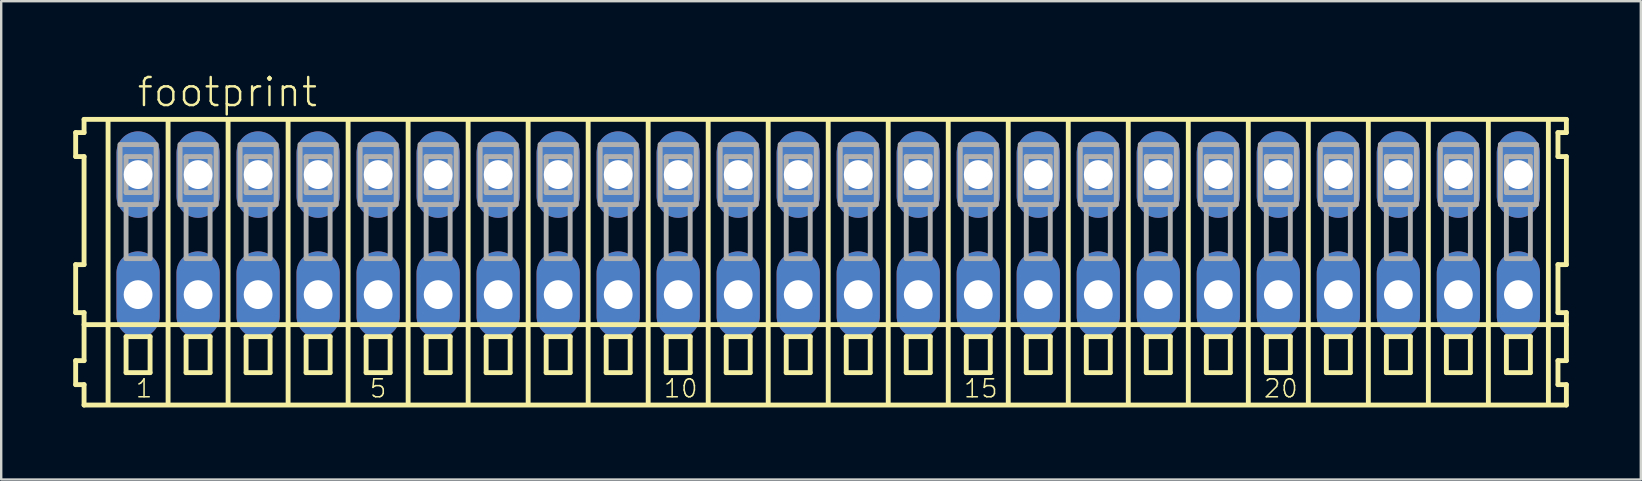
<source format=kicad_pcb>
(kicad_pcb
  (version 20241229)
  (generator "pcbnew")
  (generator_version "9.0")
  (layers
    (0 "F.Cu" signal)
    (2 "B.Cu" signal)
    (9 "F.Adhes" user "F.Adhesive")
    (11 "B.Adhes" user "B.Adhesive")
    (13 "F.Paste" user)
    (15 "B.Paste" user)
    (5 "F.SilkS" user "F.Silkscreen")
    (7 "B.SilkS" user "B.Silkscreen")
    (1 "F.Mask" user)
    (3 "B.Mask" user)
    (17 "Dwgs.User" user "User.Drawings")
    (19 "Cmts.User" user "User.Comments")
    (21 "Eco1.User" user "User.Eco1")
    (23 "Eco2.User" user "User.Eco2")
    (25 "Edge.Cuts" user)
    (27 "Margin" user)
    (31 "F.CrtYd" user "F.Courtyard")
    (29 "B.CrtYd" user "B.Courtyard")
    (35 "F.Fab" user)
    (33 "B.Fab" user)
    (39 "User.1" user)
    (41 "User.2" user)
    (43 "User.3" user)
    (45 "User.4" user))
  (footprint "footprint"
    (layer "F.Cu")
    (at 31.452 6.723)
    (property "Reference" "footprint" (at -28.85 -5.25 0) (layer "F.SilkS") (effects (font (size 1.168 1.168) (thickness 0.102)) (justify left bottom)))
    (fp_line (start -31.35 -4.25) (end -31.35 -3.25) (stroke (width 0.203) (type solid)) (layer "F.SilkS"))
    (fp_line (start -31.35 -3.25) (end -31 -3.25) (stroke (width 0.203) (type solid)) (layer "F.SilkS"))
    (fp_line (start -31.35 1.25) (end -31.35 3.25) (stroke (width 0.203) (type solid)) (layer "F.SilkS"))
    (fp_line (start -31.35 3.25) (end -31 3.25) (stroke (width 0.203) (type solid)) (layer "F.SilkS"))
    (fp_line (start -31.35 5.25) (end -31.35 6.25) (stroke (width 0.203) (type solid)) (layer "F.SilkS"))
    (fp_line (start -31.35 6.25) (end -31 6.25) (stroke (width 0.203) (type solid)) (layer "F.SilkS"))
    (fp_line (start -31 -4.8) (end -31 -4.25) (stroke (width 0.203) (type solid)) (layer "F.SilkS"))
    (fp_line (start -31 -4.25) (end -31.35 -4.25) (stroke (width 0.203) (type solid)) (layer "F.SilkS"))
    (fp_line (start -31 -3.25) (end -31 1.25) (stroke (width 0.203) (type solid)) (layer "F.SilkS"))
    (fp_line (start -31 1.25) (end -31.35 1.25) (stroke (width 0.203) (type solid)) (layer "F.SilkS"))
    (fp_line (start -31 3.25) (end -31 5.25) (stroke (width 0.203) (type solid)) (layer "F.SilkS"))
    (fp_line (start -31 3.75) (end 30.75 3.75) (stroke (width 0.203) (type solid)) (layer "F.SilkS"))
    (fp_line (start -31 5.25) (end -31.35 5.25) (stroke (width 0.203) (type solid)) (layer "F.SilkS"))
    (fp_line (start -31 6.25) (end -31 7.1) (stroke (width 0.203) (type solid)) (layer "F.SilkS"))
    (fp_line (start -31 7.1) (end 30.75 7.1) (stroke (width 0.203) (type solid)) (layer "F.SilkS"))
    (fp_line (start -30 -4.75) (end -30 7) (stroke (width 0.203) (type solid)) (layer "F.SilkS"))
    (fp_line (start -29.25 4.25) (end -29.25 5.75) (stroke (width 0.203) (type solid)) (layer "F.SilkS"))
    (fp_line (start -29.25 5.75) (end -28.25 5.75) (stroke (width 0.203) (type solid)) (layer "F.SilkS"))
    (fp_line (start -28.25 4.25) (end -29.25 4.25) (stroke (width 0.203) (type solid)) (layer "F.SilkS"))
    (fp_line (start -28.25 5.75) (end -28.25 4.25) (stroke (width 0.203) (type solid)) (layer "F.SilkS"))
    (fp_line (start -27.5 -4.75) (end -27.5 7) (stroke (width 0.203) (type solid)) (layer "F.SilkS"))
    (fp_line (start -26.75 4.25) (end -26.75 5.75) (stroke (width 0.203) (type solid)) (layer "F.SilkS"))
    (fp_line (start -26.75 5.75) (end -25.75 5.75) (stroke (width 0.203) (type solid)) (layer "F.SilkS"))
    (fp_line (start -25.75 4.25) (end -26.75 4.25) (stroke (width 0.203) (type solid)) (layer "F.SilkS"))
    (fp_line (start -25.75 5.75) (end -25.75 4.25) (stroke (width 0.203) (type solid)) (layer "F.SilkS"))
    (fp_line (start -25 -4.75) (end -25 7) (stroke (width 0.203) (type solid)) (layer "F.SilkS"))
    (fp_line (start -24.25 4.25) (end -24.25 5.75) (stroke (width 0.203) (type solid)) (layer "F.SilkS"))
    (fp_line (start -24.25 5.75) (end -23.25 5.75) (stroke (width 0.203) (type solid)) (layer "F.SilkS"))
    (fp_line (start -23.25 4.25) (end -24.25 4.25) (stroke (width 0.203) (type solid)) (layer "F.SilkS"))
    (fp_line (start -23.25 5.75) (end -23.25 4.25) (stroke (width 0.203) (type solid)) (layer "F.SilkS"))
    (fp_line (start -22.5 -4.75) (end -22.5 7) (stroke (width 0.203) (type solid)) (layer "F.SilkS"))
    (fp_line (start -21.75 4.25) (end -21.75 5.75) (stroke (width 0.203) (type solid)) (layer "F.SilkS"))
    (fp_line (start -21.75 5.75) (end -20.75 5.75) (stroke (width 0.203) (type solid)) (layer "F.SilkS"))
    (fp_line (start -20.75 4.25) (end -21.75 4.25) (stroke (width 0.203) (type solid)) (layer "F.SilkS"))
    (fp_line (start -20.75 5.75) (end -20.75 4.25) (stroke (width 0.203) (type solid)) (layer "F.SilkS"))
    (fp_line (start -20 -4.75) (end -20 7) (stroke (width 0.203) (type solid)) (layer "F.SilkS"))
    (fp_line (start -19.25 4.25) (end -19.25 5.75) (stroke (width 0.203) (type solid)) (layer "F.SilkS"))
    (fp_line (start -19.25 5.75) (end -18.25 5.75) (stroke (width 0.203) (type solid)) (layer "F.SilkS"))
    (fp_line (start -18.25 4.25) (end -19.25 4.25) (stroke (width 0.203) (type solid)) (layer "F.SilkS"))
    (fp_line (start -18.25 5.75) (end -18.25 4.25) (stroke (width 0.203) (type solid)) (layer "F.SilkS"))
    (fp_line (start -17.5 -4.75) (end -17.5 7) (stroke (width 0.203) (type solid)) (layer "F.SilkS"))
    (fp_line (start -16.75 4.25) (end -16.75 5.75) (stroke (width 0.203) (type solid)) (layer "F.SilkS"))
    (fp_line (start -16.75 5.75) (end -15.75 5.75) (stroke (width 0.203) (type solid)) (layer "F.SilkS"))
    (fp_line (start -15.75 4.25) (end -16.75 4.25) (stroke (width 0.203) (type solid)) (layer "F.SilkS"))
    (fp_line (start -15.75 5.75) (end -15.75 4.25) (stroke (width 0.203) (type solid)) (layer "F.SilkS"))
    (fp_line (start -15 -4.75) (end -15 7) (stroke (width 0.203) (type solid)) (layer "F.SilkS"))
    (fp_line (start -14.25 4.25) (end -14.25 5.75) (stroke (width 0.203) (type solid)) (layer "F.SilkS"))
    (fp_line (start -14.25 5.75) (end -13.25 5.75) (stroke (width 0.203) (type solid)) (layer "F.SilkS"))
    (fp_line (start -13.25 4.25) (end -14.25 4.25) (stroke (width 0.203) (type solid)) (layer "F.SilkS"))
    (fp_line (start -13.25 5.75) (end -13.25 4.25) (stroke (width 0.203) (type solid)) (layer "F.SilkS"))
    (fp_line (start -12.5 -4.75) (end -12.5 7) (stroke (width 0.203) (type solid)) (layer "F.SilkS"))
    (fp_line (start -11.75 4.25) (end -11.75 5.75) (stroke (width 0.203) (type solid)) (layer "F.SilkS"))
    (fp_line (start -11.75 5.75) (end -10.75 5.75) (stroke (width 0.203) (type solid)) (layer "F.SilkS"))
    (fp_line (start -10.75 4.25) (end -11.75 4.25) (stroke (width 0.203) (type solid)) (layer "F.SilkS"))
    (fp_line (start -10.75 5.75) (end -10.75 4.25) (stroke (width 0.203) (type solid)) (layer "F.SilkS"))
    (fp_line (start -10 -4.75) (end -10 7) (stroke (width 0.203) (type solid)) (layer "F.SilkS"))
    (fp_line (start -9.25 4.25) (end -9.25 5.75) (stroke (width 0.203) (type solid)) (layer "F.SilkS"))
    (fp_line (start -9.25 5.75) (end -8.25 5.75) (stroke (width 0.203) (type solid)) (layer "F.SilkS"))
    (fp_line (start -8.25 4.25) (end -9.25 4.25) (stroke (width 0.203) (type solid)) (layer "F.SilkS"))
    (fp_line (start -8.25 5.75) (end -8.25 4.25) (stroke (width 0.203) (type solid)) (layer "F.SilkS"))
    (fp_line (start -7.5 -4.75) (end -7.5 7) (stroke (width 0.203) (type solid)) (layer "F.SilkS"))
    (fp_line (start -6.75 4.25) (end -6.75 5.75) (stroke (width 0.203) (type solid)) (layer "F.SilkS"))
    (fp_line (start -6.75 5.75) (end -5.75 5.75) (stroke (width 0.203) (type solid)) (layer "F.SilkS"))
    (fp_line (start -5.75 4.25) (end -6.75 4.25) (stroke (width 0.203) (type solid)) (layer "F.SilkS"))
    (fp_line (start -5.75 5.75) (end -5.75 4.25) (stroke (width 0.203) (type solid)) (layer "F.SilkS"))
    (fp_line (start -5 -4.75) (end -5 7) (stroke (width 0.203) (type solid)) (layer "F.SilkS"))
    (fp_line (start -4.25 4.25) (end -4.25 5.75) (stroke (width 0.203) (type solid)) (layer "F.SilkS"))
    (fp_line (start -4.25 5.75) (end -3.25 5.75) (stroke (width 0.203) (type solid)) (layer "F.SilkS"))
    (fp_line (start -3.25 4.25) (end -4.25 4.25) (stroke (width 0.203) (type solid)) (layer "F.SilkS"))
    (fp_line (start -3.25 5.75) (end -3.25 4.25) (stroke (width 0.203) (type solid)) (layer "F.SilkS"))
    (fp_line (start -2.5 -4.75) (end -2.5 7) (stroke (width 0.203) (type solid)) (layer "F.SilkS"))
    (fp_line (start -1.75 4.25) (end -1.75 5.75) (stroke (width 0.203) (type solid)) (layer "F.SilkS"))
    (fp_line (start -1.75 5.75) (end -0.75 5.75) (stroke (width 0.203) (type solid)) (layer "F.SilkS"))
    (fp_line (start -0.75 4.25) (end -1.75 4.25) (stroke (width 0.203) (type solid)) (layer "F.SilkS"))
    (fp_line (start -0.75 5.75) (end -0.75 4.25) (stroke (width 0.203) (type solid)) (layer "F.SilkS"))
    (fp_line (start 0 -4.75) (end 0 7) (stroke (width 0.203) (type solid)) (layer "F.SilkS"))
    (fp_line (start 0.75 4.25) (end 0.75 5.75) (stroke (width 0.203) (type solid)) (layer "F.SilkS"))
    (fp_line (start 0.75 5.75) (end 1.75 5.75) (stroke (width 0.203) (type solid)) (layer "F.SilkS"))
    (fp_line (start 1.75 4.25) (end 0.75 4.25) (stroke (width 0.203) (type solid)) (layer "F.SilkS"))
    (fp_line (start 1.75 5.75) (end 1.75 4.25) (stroke (width 0.203) (type solid)) (layer "F.SilkS"))
    (fp_line (start 2.5 -4.75) (end 2.5 7) (stroke (width 0.203) (type solid)) (layer "F.SilkS"))
    (fp_line (start 3.25 4.25) (end 3.25 5.75) (stroke (width 0.203) (type solid)) (layer "F.SilkS"))
    (fp_line (start 3.25 5.75) (end 4.25 5.75) (stroke (width 0.203) (type solid)) (layer "F.SilkS"))
    (fp_line (start 4.25 4.25) (end 3.25 4.25) (stroke (width 0.203) (type solid)) (layer "F.SilkS"))
    (fp_line (start 4.25 5.75) (end 4.25 4.25) (stroke (width 0.203) (type solid)) (layer "F.SilkS"))
    (fp_line (start 5 -4.75) (end 5 7) (stroke (width 0.203) (type solid)) (layer "F.SilkS"))
    (fp_line (start 5.75 4.25) (end 5.75 5.75) (stroke (width 0.203) (type solid)) (layer "F.SilkS"))
    (fp_line (start 5.75 5.75) (end 6.75 5.75) (stroke (width 0.203) (type solid)) (layer "F.SilkS"))
    (fp_line (start 6.75 4.25) (end 5.75 4.25) (stroke (width 0.203) (type solid)) (layer "F.SilkS"))
    (fp_line (start 6.75 5.75) (end 6.75 4.25) (stroke (width 0.203) (type solid)) (layer "F.SilkS"))
    (fp_line (start 7.5 -4.75) (end 7.5 7) (stroke (width 0.203) (type solid)) (layer "F.SilkS"))
    (fp_line (start 8.25 4.25) (end 8.25 5.75) (stroke (width 0.203) (type solid)) (layer "F.SilkS"))
    (fp_line (start 8.25 5.75) (end 9.25 5.75) (stroke (width 0.203) (type solid)) (layer "F.SilkS"))
    (fp_line (start 9.25 4.25) (end 8.25 4.25) (stroke (width 0.203) (type solid)) (layer "F.SilkS"))
    (fp_line (start 9.25 5.75) (end 9.25 4.25) (stroke (width 0.203) (type solid)) (layer "F.SilkS"))
    (fp_line (start 10 -4.75) (end 10 7) (stroke (width 0.203) (type solid)) (layer "F.SilkS"))
    (fp_line (start 10.75 4.25) (end 10.75 5.75) (stroke (width 0.203) (type solid)) (layer "F.SilkS"))
    (fp_line (start 10.75 5.75) (end 11.75 5.75) (stroke (width 0.203) (type solid)) (layer "F.SilkS"))
    (fp_line (start 11.75 4.25) (end 10.75 4.25) (stroke (width 0.203) (type solid)) (layer "F.SilkS"))
    (fp_line (start 11.75 5.75) (end 11.75 4.25) (stroke (width 0.203) (type solid)) (layer "F.SilkS"))
    (fp_line (start 12.5 -4.75) (end 12.5 7) (stroke (width 0.203) (type solid)) (layer "F.SilkS"))
    (fp_line (start 13.25 4.25) (end 13.25 5.75) (stroke (width 0.203) (type solid)) (layer "F.SilkS"))
    (fp_line (start 13.25 5.75) (end 14.25 5.75) (stroke (width 0.203) (type solid)) (layer "F.SilkS"))
    (fp_line (start 14.25 4.25) (end 13.25 4.25) (stroke (width 0.203) (type solid)) (layer "F.SilkS"))
    (fp_line (start 14.25 5.75) (end 14.25 4.25) (stroke (width 0.203) (type solid)) (layer "F.SilkS"))
    (fp_line (start 15 -4.75) (end 15 7) (stroke (width 0.203) (type solid)) (layer "F.SilkS"))
    (fp_line (start 15.75 4.25) (end 15.75 5.75) (stroke (width 0.203) (type solid)) (layer "F.SilkS"))
    (fp_line (start 15.75 5.75) (end 16.75 5.75) (stroke (width 0.203) (type solid)) (layer "F.SilkS"))
    (fp_line (start 16.75 4.25) (end 15.75 4.25) (stroke (width 0.203) (type solid)) (layer "F.SilkS"))
    (fp_line (start 16.75 5.75) (end 16.75 4.25) (stroke (width 0.203) (type solid)) (layer "F.SilkS"))
    (fp_line (start 17.5 -4.75) (end 17.5 7) (stroke (width 0.203) (type solid)) (layer "F.SilkS"))
    (fp_line (start 18.25 4.25) (end 18.25 5.75) (stroke (width 0.203) (type solid)) (layer "F.SilkS"))
    (fp_line (start 18.25 5.75) (end 19.25 5.75) (stroke (width 0.203) (type solid)) (layer "F.SilkS"))
    (fp_line (start 19.25 4.25) (end 18.25 4.25) (stroke (width 0.203) (type solid)) (layer "F.SilkS"))
    (fp_line (start 19.25 5.75) (end 19.25 4.25) (stroke (width 0.203) (type solid)) (layer "F.SilkS"))
    (fp_line (start 20 -4.75) (end 20 7) (stroke (width 0.203) (type solid)) (layer "F.SilkS"))
    (fp_line (start 20.75 4.25) (end 20.75 5.75) (stroke (width 0.203) (type solid)) (layer "F.SilkS"))
    (fp_line (start 20.75 5.75) (end 21.75 5.75) (stroke (width 0.203) (type solid)) (layer "F.SilkS"))
    (fp_line (start 21.75 4.25) (end 20.75 4.25) (stroke (width 0.203) (type solid)) (layer "F.SilkS"))
    (fp_line (start 21.75 5.75) (end 21.75 4.25) (stroke (width 0.203) (type solid)) (layer "F.SilkS"))
    (fp_line (start 22.5 -4.75) (end 22.5 7) (stroke (width 0.203) (type solid)) (layer "F.SilkS"))
    (fp_line (start 23.25 4.25) (end 23.25 5.75) (stroke (width 0.203) (type solid)) (layer "F.SilkS"))
    (fp_line (start 23.25 5.75) (end 24.25 5.75) (stroke (width 0.203) (type solid)) (layer "F.SilkS"))
    (fp_line (start 24.25 4.25) (end 23.25 4.25) (stroke (width 0.203) (type solid)) (layer "F.SilkS"))
    (fp_line (start 24.25 5.75) (end 24.25 4.25) (stroke (width 0.203) (type solid)) (layer "F.SilkS"))
    (fp_line (start 25 -4.75) (end 25 7) (stroke (width 0.203) (type solid)) (layer "F.SilkS"))
    (fp_line (start 25.75 4.25) (end 25.75 5.75) (stroke (width 0.203) (type solid)) (layer "F.SilkS"))
    (fp_line (start 25.75 5.75) (end 26.75 5.75) (stroke (width 0.203) (type solid)) (layer "F.SilkS"))
    (fp_line (start 26.75 4.25) (end 25.75 4.25) (stroke (width 0.203) (type solid)) (layer "F.SilkS"))
    (fp_line (start 26.75 5.75) (end 26.75 4.25) (stroke (width 0.203) (type solid)) (layer "F.SilkS"))
    (fp_line (start 27.5 -4.75) (end 27.5 7) (stroke (width 0.203) (type solid)) (layer "F.SilkS"))
    (fp_line (start 28.25 4.25) (end 28.25 5.75) (stroke (width 0.203) (type solid)) (layer "F.SilkS"))
    (fp_line (start 28.25 5.75) (end 29.25 5.75) (stroke (width 0.203) (type solid)) (layer "F.SilkS"))
    (fp_line (start 29.25 4.25) (end 28.25 4.25) (stroke (width 0.203) (type solid)) (layer "F.SilkS"))
    (fp_line (start 29.25 5.75) (end 29.25 4.25) (stroke (width 0.203) (type solid)) (layer "F.SilkS"))
    (fp_line (start 30 -4.75) (end 30 7) (stroke (width 0.203) (type solid)) (layer "F.SilkS"))
    (fp_line (start 30.4 -4.25) (end 30.4 -3.25) (stroke (width 0.203) (type solid)) (layer "F.SilkS"))
    (fp_line (start 30.4 -3.25) (end 30.75 -3.25) (stroke (width 0.203) (type solid)) (layer "F.SilkS"))
    (fp_line (start 30.4 1.25) (end 30.4 3.25) (stroke (width 0.203) (type solid)) (layer "F.SilkS"))
    (fp_line (start 30.4 3.25) (end 30.75 3.25) (stroke (width 0.203) (type solid)) (layer "F.SilkS"))
    (fp_line (start 30.4 5.25) (end 30.4 6.25) (stroke (width 0.203) (type solid)) (layer "F.SilkS"))
    (fp_line (start 30.4 6.25) (end 30.75 6.25) (stroke (width 0.203) (type solid)) (layer "F.SilkS"))
    (fp_line (start 30.75 -4.8) (end -31 -4.8) (stroke (width 0.203) (type solid)) (layer "F.SilkS"))
    (fp_line (start 30.75 -4.25) (end 30.4 -4.25) (stroke (width 0.203) (type solid)) (layer "F.SilkS"))
    (fp_line (start 30.75 -4.25) (end 30.75 -4.8) (stroke (width 0.203) (type solid)) (layer "F.SilkS"))
    (fp_line (start 30.75 1.25) (end 30.4 1.25) (stroke (width 0.203) (type solid)) (layer "F.SilkS"))
    (fp_line (start 30.75 1.25) (end 30.75 -3.25) (stroke (width 0.203) (type solid)) (layer "F.SilkS"))
    (fp_line (start 30.75 3.75) (end 30.75 3.25) (stroke (width 0.203) (type solid)) (layer "F.SilkS"))
    (fp_line (start 30.75 5.25) (end 30.4 5.25) (stroke (width 0.203) (type solid)) (layer "F.SilkS"))
    (fp_line (start 30.75 5.25) (end 30.75 3.75) (stroke (width 0.203) (type solid)) (layer "F.SilkS"))
    (fp_line (start 30.75 7.1) (end 30.75 6.25) (stroke (width 0.203) (type solid)) (layer "F.SilkS"))
    (fp_line (start -29.5 -3.75) (end -29.5 -1.25) (stroke (width 0.203) (type solid)) (layer "F.Fab"))
    (fp_line (start -29.5 -1.25) (end -29.25 -1.25) (stroke (width 0.203) (type solid)) (layer "F.Fab"))
    (fp_line (start -29.25 -3.25) (end -29.25 -1.75) (stroke (width 0.203) (type solid)) (layer "F.Fab"))
    (fp_line (start -29.25 -1.75) (end -28.25 -1.75) (stroke (width 0.203) (type solid)) (layer "F.Fab"))
    (fp_line (start -29.25 -1.25) (end -29.25 1) (stroke (width 0.203) (type solid)) (layer "F.Fab"))
    (fp_line (start -29.25 -1.25) (end -28.25 -1.25) (stroke (width 0.203) (type solid)) (layer "F.Fab"))
    (fp_line (start -29.25 1) (end -28.25 1) (stroke (width 0.203) (type solid)) (layer "F.Fab"))
    (fp_line (start -28.25 -3.25) (end -29.25 -3.25) (stroke (width 0.203) (type solid)) (layer "F.Fab"))
    (fp_line (start -28.25 -1.75) (end -28.25 -3.25) (stroke (width 0.203) (type solid)) (layer "F.Fab"))
    (fp_line (start -28.25 -1.25) (end -28 -1.25) (stroke (width 0.203) (type solid)) (layer "F.Fab"))
    (fp_line (start -28.25 1) (end -28.25 -1.25) (stroke (width 0.203) (type solid)) (layer "F.Fab"))
    (fp_line (start -28 -3.75) (end -29.5 -3.75) (stroke (width 0.203) (type solid)) (layer "F.Fab"))
    (fp_line (start -28 -1.25) (end -28 -3.75) (stroke (width 0.203) (type solid)) (layer "F.Fab"))
    (fp_line (start -27 -3.75) (end -27 -1.25) (stroke (width 0.203) (type solid)) (layer "F.Fab"))
    (fp_line (start -27 -1.25) (end -26.75 -1.25) (stroke (width 0.203) (type solid)) (layer "F.Fab"))
    (fp_line (start -26.75 -3.25) (end -26.75 -1.75) (stroke (width 0.203) (type solid)) (layer "F.Fab"))
    (fp_line (start -26.75 -1.75) (end -25.75 -1.75) (stroke (width 0.203) (type solid)) (layer "F.Fab"))
    (fp_line (start -26.75 -1.25) (end -26.75 1) (stroke (width 0.203) (type solid)) (layer "F.Fab"))
    (fp_line (start -26.75 -1.25) (end -25.75 -1.25) (stroke (width 0.203) (type solid)) (layer "F.Fab"))
    (fp_line (start -26.75 1) (end -25.75 1) (stroke (width 0.203) (type solid)) (layer "F.Fab"))
    (fp_line (start -25.75 -3.25) (end -26.75 -3.25) (stroke (width 0.203) (type solid)) (layer "F.Fab"))
    (fp_line (start -25.75 -1.75) (end -25.75 -3.25) (stroke (width 0.203) (type solid)) (layer "F.Fab"))
    (fp_line (start -25.75 -1.25) (end -25.5 -1.25) (stroke (width 0.203) (type solid)) (layer "F.Fab"))
    (fp_line (start -25.75 1) (end -25.75 -1.25) (stroke (width 0.203) (type solid)) (layer "F.Fab"))
    (fp_line (start -25.5 -3.75) (end -27 -3.75) (stroke (width 0.203) (type solid)) (layer "F.Fab"))
    (fp_line (start -25.5 -1.25) (end -25.5 -3.75) (stroke (width 0.203) (type solid)) (layer "F.Fab"))
    (fp_line (start -24.5 -3.75) (end -24.5 -1.25) (stroke (width 0.203) (type solid)) (layer "F.Fab"))
    (fp_line (start -24.5 -1.25) (end -24.25 -1.25) (stroke (width 0.203) (type solid)) (layer "F.Fab"))
    (fp_line (start -24.25 -3.25) (end -24.25 -1.75) (stroke (width 0.203) (type solid)) (layer "F.Fab"))
    (fp_line (start -24.25 -1.75) (end -23.25 -1.75) (stroke (width 0.203) (type solid)) (layer "F.Fab"))
    (fp_line (start -24.25 -1.25) (end -24.25 1) (stroke (width 0.203) (type solid)) (layer "F.Fab"))
    (fp_line (start -24.25 -1.25) (end -23.25 -1.25) (stroke (width 0.203) (type solid)) (layer "F.Fab"))
    (fp_line (start -24.25 1) (end -23.25 1) (stroke (width 0.203) (type solid)) (layer "F.Fab"))
    (fp_line (start -23.25 -3.25) (end -24.25 -3.25) (stroke (width 0.203) (type solid)) (layer "F.Fab"))
    (fp_line (start -23.25 -1.75) (end -23.25 -3.25) (stroke (width 0.203) (type solid)) (layer "F.Fab"))
    (fp_line (start -23.25 -1.25) (end -23 -1.25) (stroke (width 0.203) (type solid)) (layer "F.Fab"))
    (fp_line (start -23.25 1) (end -23.25 -1.25) (stroke (width 0.203) (type solid)) (layer "F.Fab"))
    (fp_line (start -23 -3.75) (end -24.5 -3.75) (stroke (width 0.203) (type solid)) (layer "F.Fab"))
    (fp_line (start -23 -1.25) (end -23 -3.75) (stroke (width 0.203) (type solid)) (layer "F.Fab"))
    (fp_line (start -22 -3.75) (end -22 -1.25) (stroke (width 0.203) (type solid)) (layer "F.Fab"))
    (fp_line (start -22 -1.25) (end -21.75 -1.25) (stroke (width 0.203) (type solid)) (layer "F.Fab"))
    (fp_line (start -21.75 -3.25) (end -21.75 -1.75) (stroke (width 0.203) (type solid)) (layer "F.Fab"))
    (fp_line (start -21.75 -1.75) (end -20.75 -1.75) (stroke (width 0.203) (type solid)) (layer "F.Fab"))
    (fp_line (start -21.75 -1.25) (end -21.75 1) (stroke (width 0.203) (type solid)) (layer "F.Fab"))
    (fp_line (start -21.75 -1.25) (end -20.75 -1.25) (stroke (width 0.203) (type solid)) (layer "F.Fab"))
    (fp_line (start -21.75 1) (end -20.75 1) (stroke (width 0.203) (type solid)) (layer "F.Fab"))
    (fp_line (start -20.75 -3.25) (end -21.75 -3.25) (stroke (width 0.203) (type solid)) (layer "F.Fab"))
    (fp_line (start -20.75 -1.75) (end -20.75 -3.25) (stroke (width 0.203) (type solid)) (layer "F.Fab"))
    (fp_line (start -20.75 -1.25) (end -20.5 -1.25) (stroke (width 0.203) (type solid)) (layer "F.Fab"))
    (fp_line (start -20.75 1) (end -20.75 -1.25) (stroke (width 0.203) (type solid)) (layer "F.Fab"))
    (fp_line (start -20.5 -3.75) (end -22 -3.75) (stroke (width 0.203) (type solid)) (layer "F.Fab"))
    (fp_line (start -20.5 -1.25) (end -20.5 -3.75) (stroke (width 0.203) (type solid)) (layer "F.Fab"))
    (fp_line (start -19.5 -3.75) (end -19.5 -1.25) (stroke (width 0.203) (type solid)) (layer "F.Fab"))
    (fp_line (start -19.5 -1.25) (end -19.25 -1.25) (stroke (width 0.203) (type solid)) (layer "F.Fab"))
    (fp_line (start -19.25 -3.25) (end -19.25 -1.75) (stroke (width 0.203) (type solid)) (layer "F.Fab"))
    (fp_line (start -19.25 -1.75) (end -18.25 -1.75) (stroke (width 0.203) (type solid)) (layer "F.Fab"))
    (fp_line (start -19.25 -1.25) (end -19.25 1) (stroke (width 0.203) (type solid)) (layer "F.Fab"))
    (fp_line (start -19.25 -1.25) (end -18.25 -1.25) (stroke (width 0.203) (type solid)) (layer "F.Fab"))
    (fp_line (start -19.25 1) (end -18.25 1) (stroke (width 0.203) (type solid)) (layer "F.Fab"))
    (fp_line (start -18.25 -3.25) (end -19.25 -3.25) (stroke (width 0.203) (type solid)) (layer "F.Fab"))
    (fp_line (start -18.25 -1.75) (end -18.25 -3.25) (stroke (width 0.203) (type solid)) (layer "F.Fab"))
    (fp_line (start -18.25 -1.25) (end -18 -1.25) (stroke (width 0.203) (type solid)) (layer "F.Fab"))
    (fp_line (start -18.25 1) (end -18.25 -1.25) (stroke (width 0.203) (type solid)) (layer "F.Fab"))
    (fp_line (start -18 -3.75) (end -19.5 -3.75) (stroke (width 0.203) (type solid)) (layer "F.Fab"))
    (fp_line (start -18 -1.25) (end -18 -3.75) (stroke (width 0.203) (type solid)) (layer "F.Fab"))
    (fp_line (start -17 -3.75) (end -17 -1.25) (stroke (width 0.203) (type solid)) (layer "F.Fab"))
    (fp_line (start -17 -1.25) (end -16.75 -1.25) (stroke (width 0.203) (type solid)) (layer "F.Fab"))
    (fp_line (start -16.75 -3.25) (end -16.75 -1.75) (stroke (width 0.203) (type solid)) (layer "F.Fab"))
    (fp_line (start -16.75 -1.75) (end -15.75 -1.75) (stroke (width 0.203) (type solid)) (layer "F.Fab"))
    (fp_line (start -16.75 -1.25) (end -16.75 1) (stroke (width 0.203) (type solid)) (layer "F.Fab"))
    (fp_line (start -16.75 -1.25) (end -15.75 -1.25) (stroke (width 0.203) (type solid)) (layer "F.Fab"))
    (fp_line (start -16.75 1) (end -15.75 1) (stroke (width 0.203) (type solid)) (layer "F.Fab"))
    (fp_line (start -15.75 -3.25) (end -16.75 -3.25) (stroke (width 0.203) (type solid)) (layer "F.Fab"))
    (fp_line (start -15.75 -1.75) (end -15.75 -3.25) (stroke (width 0.203) (type solid)) (layer "F.Fab"))
    (fp_line (start -15.75 -1.25) (end -15.5 -1.25) (stroke (width 0.203) (type solid)) (layer "F.Fab"))
    (fp_line (start -15.75 1) (end -15.75 -1.25) (stroke (width 0.203) (type solid)) (layer "F.Fab"))
    (fp_line (start -15.5 -3.75) (end -17 -3.75) (stroke (width 0.203) (type solid)) (layer "F.Fab"))
    (fp_line (start -15.5 -1.25) (end -15.5 -3.75) (stroke (width 0.203) (type solid)) (layer "F.Fab"))
    (fp_line (start -14.5 -3.75) (end -14.5 -1.25) (stroke (width 0.203) (type solid)) (layer "F.Fab"))
    (fp_line (start -14.5 -1.25) (end -14.25 -1.25) (stroke (width 0.203) (type solid)) (layer "F.Fab"))
    (fp_line (start -14.25 -3.25) (end -14.25 -1.75) (stroke (width 0.203) (type solid)) (layer "F.Fab"))
    (fp_line (start -14.25 -1.75) (end -13.25 -1.75) (stroke (width 0.203) (type solid)) (layer "F.Fab"))
    (fp_line (start -14.25 -1.25) (end -14.25 1) (stroke (width 0.203) (type solid)) (layer "F.Fab"))
    (fp_line (start -14.25 -1.25) (end -13.25 -1.25) (stroke (width 0.203) (type solid)) (layer "F.Fab"))
    (fp_line (start -14.25 1) (end -13.25 1) (stroke (width 0.203) (type solid)) (layer "F.Fab"))
    (fp_line (start -13.25 -3.25) (end -14.25 -3.25) (stroke (width 0.203) (type solid)) (layer "F.Fab"))
    (fp_line (start -13.25 -1.75) (end -13.25 -3.25) (stroke (width 0.203) (type solid)) (layer "F.Fab"))
    (fp_line (start -13.25 -1.25) (end -13 -1.25) (stroke (width 0.203) (type solid)) (layer "F.Fab"))
    (fp_line (start -13.25 1) (end -13.25 -1.25) (stroke (width 0.203) (type solid)) (layer "F.Fab"))
    (fp_line (start -13 -3.75) (end -14.5 -3.75) (stroke (width 0.203) (type solid)) (layer "F.Fab"))
    (fp_line (start -13 -1.25) (end -13 -3.75) (stroke (width 0.203) (type solid)) (layer "F.Fab"))
    (fp_line (start -12 -3.75) (end -12 -1.25) (stroke (width 0.203) (type solid)) (layer "F.Fab"))
    (fp_line (start -12 -1.25) (end -11.75 -1.25) (stroke (width 0.203) (type solid)) (layer "F.Fab"))
    (fp_line (start -11.75 -3.25) (end -11.75 -1.75) (stroke (width 0.203) (type solid)) (layer "F.Fab"))
    (fp_line (start -11.75 -1.75) (end -10.75 -1.75) (stroke (width 0.203) (type solid)) (layer "F.Fab"))
    (fp_line (start -11.75 -1.25) (end -11.75 1) (stroke (width 0.203) (type solid)) (layer "F.Fab"))
    (fp_line (start -11.75 -1.25) (end -10.75 -1.25) (stroke (width 0.203) (type solid)) (layer "F.Fab"))
    (fp_line (start -11.75 1) (end -10.75 1) (stroke (width 0.203) (type solid)) (layer "F.Fab"))
    (fp_line (start -10.75 -3.25) (end -11.75 -3.25) (stroke (width 0.203) (type solid)) (layer "F.Fab"))
    (fp_line (start -10.75 -1.75) (end -10.75 -3.25) (stroke (width 0.203) (type solid)) (layer "F.Fab"))
    (fp_line (start -10.75 -1.25) (end -10.5 -1.25) (stroke (width 0.203) (type solid)) (layer "F.Fab"))
    (fp_line (start -10.75 1) (end -10.75 -1.25) (stroke (width 0.203) (type solid)) (layer "F.Fab"))
    (fp_line (start -10.5 -3.75) (end -12 -3.75) (stroke (width 0.203) (type solid)) (layer "F.Fab"))
    (fp_line (start -10.5 -1.25) (end -10.5 -3.75) (stroke (width 0.203) (type solid)) (layer "F.Fab"))
    (fp_line (start -9.5 -3.75) (end -9.5 -1.25) (stroke (width 0.203) (type solid)) (layer "F.Fab"))
    (fp_line (start -9.5 -1.25) (end -9.25 -1.25) (stroke (width 0.203) (type solid)) (layer "F.Fab"))
    (fp_line (start -9.25 -3.25) (end -9.25 -1.75) (stroke (width 0.203) (type solid)) (layer "F.Fab"))
    (fp_line (start -9.25 -1.75) (end -8.25 -1.75) (stroke (width 0.203) (type solid)) (layer "F.Fab"))
    (fp_line (start -9.25 -1.25) (end -9.25 1) (stroke (width 0.203) (type solid)) (layer "F.Fab"))
    (fp_line (start -9.25 -1.25) (end -8.25 -1.25) (stroke (width 0.203) (type solid)) (layer "F.Fab"))
    (fp_line (start -9.25 1) (end -8.25 1) (stroke (width 0.203) (type solid)) (layer "F.Fab"))
    (fp_line (start -8.25 -3.25) (end -9.25 -3.25) (stroke (width 0.203) (type solid)) (layer "F.Fab"))
    (fp_line (start -8.25 -1.75) (end -8.25 -3.25) (stroke (width 0.203) (type solid)) (layer "F.Fab"))
    (fp_line (start -8.25 -1.25) (end -8 -1.25) (stroke (width 0.203) (type solid)) (layer "F.Fab"))
    (fp_line (start -8.25 1) (end -8.25 -1.25) (stroke (width 0.203) (type solid)) (layer "F.Fab"))
    (fp_line (start -8 -3.75) (end -9.5 -3.75) (stroke (width 0.203) (type solid)) (layer "F.Fab"))
    (fp_line (start -8 -1.25) (end -8 -3.75) (stroke (width 0.203) (type solid)) (layer "F.Fab"))
    (fp_line (start -7 -3.75) (end -7 -1.25) (stroke (width 0.203) (type solid)) (layer "F.Fab"))
    (fp_line (start -7 -1.25) (end -6.75 -1.25) (stroke (width 0.203) (type solid)) (layer "F.Fab"))
    (fp_line (start -6.75 -3.25) (end -6.75 -1.75) (stroke (width 0.203) (type solid)) (layer "F.Fab"))
    (fp_line (start -6.75 -1.75) (end -5.75 -1.75) (stroke (width 0.203) (type solid)) (layer "F.Fab"))
    (fp_line (start -6.75 -1.25) (end -6.75 1) (stroke (width 0.203) (type solid)) (layer "F.Fab"))
    (fp_line (start -6.75 -1.25) (end -5.75 -1.25) (stroke (width 0.203) (type solid)) (layer "F.Fab"))
    (fp_line (start -6.75 1) (end -5.75 1) (stroke (width 0.203) (type solid)) (layer "F.Fab"))
    (fp_line (start -5.75 -3.25) (end -6.75 -3.25) (stroke (width 0.203) (type solid)) (layer "F.Fab"))
    (fp_line (start -5.75 -1.75) (end -5.75 -3.25) (stroke (width 0.203) (type solid)) (layer "F.Fab"))
    (fp_line (start -5.75 -1.25) (end -5.5 -1.25) (stroke (width 0.203) (type solid)) (layer "F.Fab"))
    (fp_line (start -5.75 1) (end -5.75 -1.25) (stroke (width 0.203) (type solid)) (layer "F.Fab"))
    (fp_line (start -5.5 -3.75) (end -7 -3.75) (stroke (width 0.203) (type solid)) (layer "F.Fab"))
    (fp_line (start -5.5 -1.25) (end -5.5 -3.75) (stroke (width 0.203) (type solid)) (layer "F.Fab"))
    (fp_line (start -4.5 -3.75) (end -4.5 -1.25) (stroke (width 0.203) (type solid)) (layer "F.Fab"))
    (fp_line (start -4.5 -1.25) (end -4.25 -1.25) (stroke (width 0.203) (type solid)) (layer "F.Fab"))
    (fp_line (start -4.25 -3.25) (end -4.25 -1.75) (stroke (width 0.203) (type solid)) (layer "F.Fab"))
    (fp_line (start -4.25 -1.75) (end -3.25 -1.75) (stroke (width 0.203) (type solid)) (layer "F.Fab"))
    (fp_line (start -4.25 -1.25) (end -4.25 1) (stroke (width 0.203) (type solid)) (layer "F.Fab"))
    (fp_line (start -4.25 -1.25) (end -3.25 -1.25) (stroke (width 0.203) (type solid)) (layer "F.Fab"))
    (fp_line (start -4.25 1) (end -3.25 1) (stroke (width 0.203) (type solid)) (layer "F.Fab"))
    (fp_line (start -3.25 -3.25) (end -4.25 -3.25) (stroke (width 0.203) (type solid)) (layer "F.Fab"))
    (fp_line (start -3.25 -1.75) (end -3.25 -3.25) (stroke (width 0.203) (type solid)) (layer "F.Fab"))
    (fp_line (start -3.25 -1.25) (end -3 -1.25) (stroke (width 0.203) (type solid)) (layer "F.Fab"))
    (fp_line (start -3.25 1) (end -3.25 -1.25) (stroke (width 0.203) (type solid)) (layer "F.Fab"))
    (fp_line (start -3 -3.75) (end -4.5 -3.75) (stroke (width 0.203) (type solid)) (layer "F.Fab"))
    (fp_line (start -3 -1.25) (end -3 -3.75) (stroke (width 0.203) (type solid)) (layer "F.Fab"))
    (fp_line (start -2 -3.75) (end -2 -1.25) (stroke (width 0.203) (type solid)) (layer "F.Fab"))
    (fp_line (start -2 -1.25) (end -1.75 -1.25) (stroke (width 0.203) (type solid)) (layer "F.Fab"))
    (fp_line (start -1.75 -3.25) (end -1.75 -1.75) (stroke (width 0.203) (type solid)) (layer "F.Fab"))
    (fp_line (start -1.75 -1.75) (end -0.75 -1.75) (stroke (width 0.203) (type solid)) (layer "F.Fab"))
    (fp_line (start -1.75 -1.25) (end -1.75 1) (stroke (width 0.203) (type solid)) (layer "F.Fab"))
    (fp_line (start -1.75 -1.25) (end -0.75 -1.25) (stroke (width 0.203) (type solid)) (layer "F.Fab"))
    (fp_line (start -1.75 1) (end -0.75 1) (stroke (width 0.203) (type solid)) (layer "F.Fab"))
    (fp_line (start -0.75 -3.25) (end -1.75 -3.25) (stroke (width 0.203) (type solid)) (layer "F.Fab"))
    (fp_line (start -0.75 -1.75) (end -0.75 -3.25) (stroke (width 0.203) (type solid)) (layer "F.Fab"))
    (fp_line (start -0.75 -1.25) (end -0.5 -1.25) (stroke (width 0.203) (type solid)) (layer "F.Fab"))
    (fp_line (start -0.75 1) (end -0.75 -1.25) (stroke (width 0.203) (type solid)) (layer "F.Fab"))
    (fp_line (start -0.5 -3.75) (end -2 -3.75) (stroke (width 0.203) (type solid)) (layer "F.Fab"))
    (fp_line (start -0.5 -1.25) (end -0.5 -3.75) (stroke (width 0.203) (type solid)) (layer "F.Fab"))
    (fp_line (start 0.5 -3.75) (end 0.5 -1.25) (stroke (width 0.203) (type solid)) (layer "F.Fab"))
    (fp_line (start 0.5 -1.25) (end 0.75 -1.25) (stroke (width 0.203) (type solid)) (layer "F.Fab"))
    (fp_line (start 0.75 -3.25) (end 0.75 -1.75) (stroke (width 0.203) (type solid)) (layer "F.Fab"))
    (fp_line (start 0.75 -1.75) (end 1.75 -1.75) (stroke (width 0.203) (type solid)) (layer "F.Fab"))
    (fp_line (start 0.75 -1.25) (end 0.75 1) (stroke (width 0.203) (type solid)) (layer "F.Fab"))
    (fp_line (start 0.75 -1.25) (end 1.75 -1.25) (stroke (width 0.203) (type solid)) (layer "F.Fab"))
    (fp_line (start 0.75 1) (end 1.75 1) (stroke (width 0.203) (type solid)) (layer "F.Fab"))
    (fp_line (start 1.75 -3.25) (end 0.75 -3.25) (stroke (width 0.203) (type solid)) (layer "F.Fab"))
    (fp_line (start 1.75 -1.75) (end 1.75 -3.25) (stroke (width 0.203) (type solid)) (layer "F.Fab"))
    (fp_line (start 1.75 -1.25) (end 2 -1.25) (stroke (width 0.203) (type solid)) (layer "F.Fab"))
    (fp_line (start 1.75 1) (end 1.75 -1.25) (stroke (width 0.203) (type solid)) (layer "F.Fab"))
    (fp_line (start 2 -3.75) (end 0.5 -3.75) (stroke (width 0.203) (type solid)) (layer "F.Fab"))
    (fp_line (start 2 -1.25) (end 2 -3.75) (stroke (width 0.203) (type solid)) (layer "F.Fab"))
    (fp_line (start 3 -3.75) (end 3 -1.25) (stroke (width 0.203) (type solid)) (layer "F.Fab"))
    (fp_line (start 3 -1.25) (end 3.25 -1.25) (stroke (width 0.203) (type solid)) (layer "F.Fab"))
    (fp_line (start 3.25 -3.25) (end 3.25 -1.75) (stroke (width 0.203) (type solid)) (layer "F.Fab"))
    (fp_line (start 3.25 -1.75) (end 4.25 -1.75) (stroke (width 0.203) (type solid)) (layer "F.Fab"))
    (fp_line (start 3.25 -1.25) (end 3.25 1) (stroke (width 0.203) (type solid)) (layer "F.Fab"))
    (fp_line (start 3.25 -1.25) (end 4.25 -1.25) (stroke (width 0.203) (type solid)) (layer "F.Fab"))
    (fp_line (start 3.25 1) (end 4.25 1) (stroke (width 0.203) (type solid)) (layer "F.Fab"))
    (fp_line (start 4.25 -3.25) (end 3.25 -3.25) (stroke (width 0.203) (type solid)) (layer "F.Fab"))
    (fp_line (start 4.25 -1.75) (end 4.25 -3.25) (stroke (width 0.203) (type solid)) (layer "F.Fab"))
    (fp_line (start 4.25 -1.25) (end 4.5 -1.25) (stroke (width 0.203) (type solid)) (layer "F.Fab"))
    (fp_line (start 4.25 1) (end 4.25 -1.25) (stroke (width 0.203) (type solid)) (layer "F.Fab"))
    (fp_line (start 4.5 -3.75) (end 3 -3.75) (stroke (width 0.203) (type solid)) (layer "F.Fab"))
    (fp_line (start 4.5 -1.25) (end 4.5 -3.75) (stroke (width 0.203) (type solid)) (layer "F.Fab"))
    (fp_line (start 5.5 -3.75) (end 5.5 -1.25) (stroke (width 0.203) (type solid)) (layer "F.Fab"))
    (fp_line (start 5.5 -1.25) (end 5.75 -1.25) (stroke (width 0.203) (type solid)) (layer "F.Fab"))
    (fp_line (start 5.75 -3.25) (end 5.75 -1.75) (stroke (width 0.203) (type solid)) (layer "F.Fab"))
    (fp_line (start 5.75 -1.75) (end 6.75 -1.75) (stroke (width 0.203) (type solid)) (layer "F.Fab"))
    (fp_line (start 5.75 -1.25) (end 5.75 1) (stroke (width 0.203) (type solid)) (layer "F.Fab"))
    (fp_line (start 5.75 -1.25) (end 6.75 -1.25) (stroke (width 0.203) (type solid)) (layer "F.Fab"))
    (fp_line (start 5.75 1) (end 6.75 1) (stroke (width 0.203) (type solid)) (layer "F.Fab"))
    (fp_line (start 6.75 -3.25) (end 5.75 -3.25) (stroke (width 0.203) (type solid)) (layer "F.Fab"))
    (fp_line (start 6.75 -1.75) (end 6.75 -3.25) (stroke (width 0.203) (type solid)) (layer "F.Fab"))
    (fp_line (start 6.75 -1.25) (end 7 -1.25) (stroke (width 0.203) (type solid)) (layer "F.Fab"))
    (fp_line (start 6.75 1) (end 6.75 -1.25) (stroke (width 0.203) (type solid)) (layer "F.Fab"))
    (fp_line (start 7 -3.75) (end 5.5 -3.75) (stroke (width 0.203) (type solid)) (layer "F.Fab"))
    (fp_line (start 7 -1.25) (end 7 -3.75) (stroke (width 0.203) (type solid)) (layer "F.Fab"))
    (fp_line (start 8 -3.75) (end 8 -1.25) (stroke (width 0.203) (type solid)) (layer "F.Fab"))
    (fp_line (start 8 -1.25) (end 8.25 -1.25) (stroke (width 0.203) (type solid)) (layer "F.Fab"))
    (fp_line (start 8.25 -3.25) (end 8.25 -1.75) (stroke (width 0.203) (type solid)) (layer "F.Fab"))
    (fp_line (start 8.25 -1.75) (end 9.25 -1.75) (stroke (width 0.203) (type solid)) (layer "F.Fab"))
    (fp_line (start 8.25 -1.25) (end 8.25 1) (stroke (width 0.203) (type solid)) (layer "F.Fab"))
    (fp_line (start 8.25 -1.25) (end 9.25 -1.25) (stroke (width 0.203) (type solid)) (layer "F.Fab"))
    (fp_line (start 8.25 1) (end 9.25 1) (stroke (width 0.203) (type solid)) (layer "F.Fab"))
    (fp_line (start 9.25 -3.25) (end 8.25 -3.25) (stroke (width 0.203) (type solid)) (layer "F.Fab"))
    (fp_line (start 9.25 -1.75) (end 9.25 -3.25) (stroke (width 0.203) (type solid)) (layer "F.Fab"))
    (fp_line (start 9.25 -1.25) (end 9.5 -1.25) (stroke (width 0.203) (type solid)) (layer "F.Fab"))
    (fp_line (start 9.25 1) (end 9.25 -1.25) (stroke (width 0.203) (type solid)) (layer "F.Fab"))
    (fp_line (start 9.5 -3.75) (end 8 -3.75) (stroke (width 0.203) (type solid)) (layer "F.Fab"))
    (fp_line (start 9.5 -1.25) (end 9.5 -3.75) (stroke (width 0.203) (type solid)) (layer "F.Fab"))
    (fp_line (start 10.5 -3.75) (end 10.5 -1.25) (stroke (width 0.203) (type solid)) (layer "F.Fab"))
    (fp_line (start 10.5 -1.25) (end 10.75 -1.25) (stroke (width 0.203) (type solid)) (layer "F.Fab"))
    (fp_line (start 10.75 -3.25) (end 10.75 -1.75) (stroke (width 0.203) (type solid)) (layer "F.Fab"))
    (fp_line (start 10.75 -1.75) (end 11.75 -1.75) (stroke (width 0.203) (type solid)) (layer "F.Fab"))
    (fp_line (start 10.75 -1.25) (end 10.75 1) (stroke (width 0.203) (type solid)) (layer "F.Fab"))
    (fp_line (start 10.75 -1.25) (end 11.75 -1.25) (stroke (width 0.203) (type solid)) (layer "F.Fab"))
    (fp_line (start 10.75 1) (end 11.75 1) (stroke (width 0.203) (type solid)) (layer "F.Fab"))
    (fp_line (start 11.75 -3.25) (end 10.75 -3.25) (stroke (width 0.203) (type solid)) (layer "F.Fab"))
    (fp_line (start 11.75 -1.75) (end 11.75 -3.25) (stroke (width 0.203) (type solid)) (layer "F.Fab"))
    (fp_line (start 11.75 -1.25) (end 12 -1.25) (stroke (width 0.203) (type solid)) (layer "F.Fab"))
    (fp_line (start 11.75 1) (end 11.75 -1.25) (stroke (width 0.203) (type solid)) (layer "F.Fab"))
    (fp_line (start 12 -3.75) (end 10.5 -3.75) (stroke (width 0.203) (type solid)) (layer "F.Fab"))
    (fp_line (start 12 -1.25) (end 12 -3.75) (stroke (width 0.203) (type solid)) (layer "F.Fab"))
    (fp_line (start 13 -3.75) (end 13 -1.25) (stroke (width 0.203) (type solid)) (layer "F.Fab"))
    (fp_line (start 13 -1.25) (end 13.25 -1.25) (stroke (width 0.203) (type solid)) (layer "F.Fab"))
    (fp_line (start 13.25 -3.25) (end 13.25 -1.75) (stroke (width 0.203) (type solid)) (layer "F.Fab"))
    (fp_line (start 13.25 -1.75) (end 14.25 -1.75) (stroke (width 0.203) (type solid)) (layer "F.Fab"))
    (fp_line (start 13.25 -1.25) (end 13.25 1) (stroke (width 0.203) (type solid)) (layer "F.Fab"))
    (fp_line (start 13.25 -1.25) (end 14.25 -1.25) (stroke (width 0.203) (type solid)) (layer "F.Fab"))
    (fp_line (start 13.25 1) (end 14.25 1) (stroke (width 0.203) (type solid)) (layer "F.Fab"))
    (fp_line (start 14.25 -3.25) (end 13.25 -3.25) (stroke (width 0.203) (type solid)) (layer "F.Fab"))
    (fp_line (start 14.25 -1.75) (end 14.25 -3.25) (stroke (width 0.203) (type solid)) (layer "F.Fab"))
    (fp_line (start 14.25 -1.25) (end 14.5 -1.25) (stroke (width 0.203) (type solid)) (layer "F.Fab"))
    (fp_line (start 14.25 1) (end 14.25 -1.25) (stroke (width 0.203) (type solid)) (layer "F.Fab"))
    (fp_line (start 14.5 -3.75) (end 13 -3.75) (stroke (width 0.203) (type solid)) (layer "F.Fab"))
    (fp_line (start 14.5 -1.25) (end 14.5 -3.75) (stroke (width 0.203) (type solid)) (layer "F.Fab"))
    (fp_line (start 15.5 -3.75) (end 15.5 -1.25) (stroke (width 0.203) (type solid)) (layer "F.Fab"))
    (fp_line (start 15.5 -1.25) (end 15.75 -1.25) (stroke (width 0.203) (type solid)) (layer "F.Fab"))
    (fp_line (start 15.75 -3.25) (end 15.75 -1.75) (stroke (width 0.203) (type solid)) (layer "F.Fab"))
    (fp_line (start 15.75 -1.75) (end 16.75 -1.75) (stroke (width 0.203) (type solid)) (layer "F.Fab"))
    (fp_line (start 15.75 -1.25) (end 15.75 1) (stroke (width 0.203) (type solid)) (layer "F.Fab"))
    (fp_line (start 15.75 -1.25) (end 16.75 -1.25) (stroke (width 0.203) (type solid)) (layer "F.Fab"))
    (fp_line (start 15.75 1) (end 16.75 1) (stroke (width 0.203) (type solid)) (layer "F.Fab"))
    (fp_line (start 16.75 -3.25) (end 15.75 -3.25) (stroke (width 0.203) (type solid)) (layer "F.Fab"))
    (fp_line (start 16.75 -1.75) (end 16.75 -3.25) (stroke (width 0.203) (type solid)) (layer "F.Fab"))
    (fp_line (start 16.75 -1.25) (end 17 -1.25) (stroke (width 0.203) (type solid)) (layer "F.Fab"))
    (fp_line (start 16.75 1) (end 16.75 -1.25) (stroke (width 0.203) (type solid)) (layer "F.Fab"))
    (fp_line (start 17 -3.75) (end 15.5 -3.75) (stroke (width 0.203) (type solid)) (layer "F.Fab"))
    (fp_line (start 17 -1.25) (end 17 -3.75) (stroke (width 0.203) (type solid)) (layer "F.Fab"))
    (fp_line (start 18 -3.75) (end 18 -1.25) (stroke (width 0.203) (type solid)) (layer "F.Fab"))
    (fp_line (start 18 -1.25) (end 18.25 -1.25) (stroke (width 0.203) (type solid)) (layer "F.Fab"))
    (fp_line (start 18.25 -3.25) (end 18.25 -1.75) (stroke (width 0.203) (type solid)) (layer "F.Fab"))
    (fp_line (start 18.25 -1.75) (end 19.25 -1.75) (stroke (width 0.203) (type solid)) (layer "F.Fab"))
    (fp_line (start 18.25 -1.25) (end 18.25 1) (stroke (width 0.203) (type solid)) (layer "F.Fab"))
    (fp_line (start 18.25 -1.25) (end 19.25 -1.25) (stroke (width 0.203) (type solid)) (layer "F.Fab"))
    (fp_line (start 18.25 1) (end 19.25 1) (stroke (width 0.203) (type solid)) (layer "F.Fab"))
    (fp_line (start 19.25 -3.25) (end 18.25 -3.25) (stroke (width 0.203) (type solid)) (layer "F.Fab"))
    (fp_line (start 19.25 -1.75) (end 19.25 -3.25) (stroke (width 0.203) (type solid)) (layer "F.Fab"))
    (fp_line (start 19.25 -1.25) (end 19.5 -1.25) (stroke (width 0.203) (type solid)) (layer "F.Fab"))
    (fp_line (start 19.25 1) (end 19.25 -1.25) (stroke (width 0.203) (type solid)) (layer "F.Fab"))
    (fp_line (start 19.5 -3.75) (end 18 -3.75) (stroke (width 0.203) (type solid)) (layer "F.Fab"))
    (fp_line (start 19.5 -1.25) (end 19.5 -3.75) (stroke (width 0.203) (type solid)) (layer "F.Fab"))
    (fp_line (start 20.5 -3.75) (end 20.5 -1.25) (stroke (width 0.203) (type solid)) (layer "F.Fab"))
    (fp_line (start 20.5 -1.25) (end 20.75 -1.25) (stroke (width 0.203) (type solid)) (layer "F.Fab"))
    (fp_line (start 20.75 -3.25) (end 20.75 -1.75) (stroke (width 0.203) (type solid)) (layer "F.Fab"))
    (fp_line (start 20.75 -1.75) (end 21.75 -1.75) (stroke (width 0.203) (type solid)) (layer "F.Fab"))
    (fp_line (start 20.75 -1.25) (end 20.75 1) (stroke (width 0.203) (type solid)) (layer "F.Fab"))
    (fp_line (start 20.75 -1.25) (end 21.75 -1.25) (stroke (width 0.203) (type solid)) (layer "F.Fab"))
    (fp_line (start 20.75 1) (end 21.75 1) (stroke (width 0.203) (type solid)) (layer "F.Fab"))
    (fp_line (start 21.75 -3.25) (end 20.75 -3.25) (stroke (width 0.203) (type solid)) (layer "F.Fab"))
    (fp_line (start 21.75 -1.75) (end 21.75 -3.25) (stroke (width 0.203) (type solid)) (layer "F.Fab"))
    (fp_line (start 21.75 -1.25) (end 22 -1.25) (stroke (width 0.203) (type solid)) (layer "F.Fab"))
    (fp_line (start 21.75 1) (end 21.75 -1.25) (stroke (width 0.203) (type solid)) (layer "F.Fab"))
    (fp_line (start 22 -3.75) (end 20.5 -3.75) (stroke (width 0.203) (type solid)) (layer "F.Fab"))
    (fp_line (start 22 -1.25) (end 22 -3.75) (stroke (width 0.203) (type solid)) (layer "F.Fab"))
    (fp_line (start 23 -3.75) (end 23 -1.25) (stroke (width 0.203) (type solid)) (layer "F.Fab"))
    (fp_line (start 23 -1.25) (end 23.25 -1.25) (stroke (width 0.203) (type solid)) (layer "F.Fab"))
    (fp_line (start 23.25 -3.25) (end 23.25 -1.75) (stroke (width 0.203) (type solid)) (layer "F.Fab"))
    (fp_line (start 23.25 -1.75) (end 24.25 -1.75) (stroke (width 0.203) (type solid)) (layer "F.Fab"))
    (fp_line (start 23.25 -1.25) (end 23.25 1) (stroke (width 0.203) (type solid)) (layer "F.Fab"))
    (fp_line (start 23.25 -1.25) (end 24.25 -1.25) (stroke (width 0.203) (type solid)) (layer "F.Fab"))
    (fp_line (start 23.25 1) (end 24.25 1) (stroke (width 0.203) (type solid)) (layer "F.Fab"))
    (fp_line (start 24.25 -3.25) (end 23.25 -3.25) (stroke (width 0.203) (type solid)) (layer "F.Fab"))
    (fp_line (start 24.25 -1.75) (end 24.25 -3.25) (stroke (width 0.203) (type solid)) (layer "F.Fab"))
    (fp_line (start 24.25 -1.25) (end 24.5 -1.25) (stroke (width 0.203) (type solid)) (layer "F.Fab"))
    (fp_line (start 24.25 1) (end 24.25 -1.25) (stroke (width 0.203) (type solid)) (layer "F.Fab"))
    (fp_line (start 24.5 -3.75) (end 23 -3.75) (stroke (width 0.203) (type solid)) (layer "F.Fab"))
    (fp_line (start 24.5 -1.25) (end 24.5 -3.75) (stroke (width 0.203) (type solid)) (layer "F.Fab"))
    (fp_line (start 25.5 -3.75) (end 25.5 -1.25) (stroke (width 0.203) (type solid)) (layer "F.Fab"))
    (fp_line (start 25.5 -1.25) (end 25.75 -1.25) (stroke (width 0.203) (type solid)) (layer "F.Fab"))
    (fp_line (start 25.75 -3.25) (end 25.75 -1.75) (stroke (width 0.203) (type solid)) (layer "F.Fab"))
    (fp_line (start 25.75 -1.75) (end 26.75 -1.75) (stroke (width 0.203) (type solid)) (layer "F.Fab"))
    (fp_line (start 25.75 -1.25) (end 25.75 1) (stroke (width 0.203) (type solid)) (layer "F.Fab"))
    (fp_line (start 25.75 -1.25) (end 26.75 -1.25) (stroke (width 0.203) (type solid)) (layer "F.Fab"))
    (fp_line (start 25.75 1) (end 26.75 1) (stroke (width 0.203) (type solid)) (layer "F.Fab"))
    (fp_line (start 26.75 -3.25) (end 25.75 -3.25) (stroke (width 0.203) (type solid)) (layer "F.Fab"))
    (fp_line (start 26.75 -1.75) (end 26.75 -3.25) (stroke (width 0.203) (type solid)) (layer "F.Fab"))
    (fp_line (start 26.75 -1.25) (end 27 -1.25) (stroke (width 0.203) (type solid)) (layer "F.Fab"))
    (fp_line (start 26.75 1) (end 26.75 -1.25) (stroke (width 0.203) (type solid)) (layer "F.Fab"))
    (fp_line (start 27 -3.75) (end 25.5 -3.75) (stroke (width 0.203) (type solid)) (layer "F.Fab"))
    (fp_line (start 27 -1.25) (end 27 -3.75) (stroke (width 0.203) (type solid)) (layer "F.Fab"))
    (fp_line (start 28 -3.75) (end 28 -1.25) (stroke (width 0.203) (type solid)) (layer "F.Fab"))
    (fp_line (start 28 -1.25) (end 28.25 -1.25) (stroke (width 0.203) (type solid)) (layer "F.Fab"))
    (fp_line (start 28.25 -3.25) (end 28.25 -1.75) (stroke (width 0.203) (type solid)) (layer "F.Fab"))
    (fp_line (start 28.25 -1.75) (end 29.25 -1.75) (stroke (width 0.203) (type solid)) (layer "F.Fab"))
    (fp_line (start 28.25 -1.25) (end 28.25 1) (stroke (width 0.203) (type solid)) (layer "F.Fab"))
    (fp_line (start 28.25 -1.25) (end 29.25 -1.25) (stroke (width 0.203) (type solid)) (layer "F.Fab"))
    (fp_line (start 28.25 1) (end 29.25 1) (stroke (width 0.203) (type solid)) (layer "F.Fab"))
    (fp_line (start 29.25 -3.25) (end 28.25 -3.25) (stroke (width 0.203) (type solid)) (layer "F.Fab"))
    (fp_line (start 29.25 -1.75) (end 29.25 -3.25) (stroke (width 0.203) (type solid)) (layer "F.Fab"))
    (fp_line (start 29.25 -1.25) (end 29.5 -1.25) (stroke (width 0.203) (type solid)) (layer "F.Fab"))
    (fp_line (start 29.25 1) (end 29.25 -1.25) (stroke (width 0.203) (type solid)) (layer "F.Fab"))
    (fp_line (start 29.5 -3.75) (end 28 -3.75) (stroke (width 0.203) (type solid)) (layer "F.Fab"))
    (fp_line (start 29.5 -1.25) (end 29.5 -3.75) (stroke (width 0.203) (type solid)) (layer "F.Fab"))
    (fp_text user "15" (at 5.6 6.85 0) (layer "F.SilkS") (effects (font (size 0.748 0.748) (thickness 0.065)) (justify left bottom)))
    (fp_text user "20" (at 18.1 6.85 0) (layer "F.SilkS") (effects (font (size 0.748 0.748) (thickness 0.065)) (justify left bottom)))
    (fp_text user "1" (at -28.9 6.85 0) (layer "F.SilkS") (effects (font (size 0.748 0.748) (thickness 0.065)) (justify left bottom)))
    (fp_text user "10" (at -6.9 6.85 0) (layer "F.SilkS") (effects (font (size 0.748 0.748) (thickness 0.065)) (justify left bottom)))
    (fp_text user "5" (at -19.15 6.85 0) (layer "F.SilkS") (effects (font (size 0.748 0.748) (thickness 0.065)) (justify left bottom)))
    (pad "A1" thru_hole oval (at -28.75 -2.5 90) (size 3.6 1.8) (drill 1.2) (layers "*.Cu" "*.Mask"))
    (pad "A2" thru_hole oval (at -26.25 -2.5 90) (size 3.6 1.8) (drill 1.2) (layers "*.Cu" "*.Mask"))
    (pad "A3" thru_hole oval (at -23.75 -2.5 90) (size 3.6 1.8) (drill 1.2) (layers "*.Cu" "*.Mask"))
    (pad "A4" thru_hole oval (at -21.25 -2.5 90) (size 3.6 1.8) (drill 1.2) (layers "*.Cu" "*.Mask"))
    (pad "A5" thru_hole oval (at -18.75 -2.5 90) (size 3.6 1.8) (drill 1.2) (layers "*.Cu" "*.Mask"))
    (pad "A6" thru_hole oval (at -16.25 -2.5 90) (size 3.6 1.8) (drill 1.2) (layers "*.Cu" "*.Mask"))
    (pad "A7" thru_hole oval (at -13.75 -2.5 90) (size 3.6 1.8) (drill 1.2) (layers "*.Cu" "*.Mask"))
    (pad "A8" thru_hole oval (at -11.25 -2.5 90) (size 3.6 1.8) (drill 1.2) (layers "*.Cu" "*.Mask"))
    (pad "A9" thru_hole oval (at -8.75 -2.5 90) (size 3.6 1.8) (drill 1.2) (layers "*.Cu" "*.Mask"))
    (pad "A10" thru_hole oval (at -6.25 -2.5 90) (size 3.6 1.8) (drill 1.2) (layers "*.Cu" "*.Mask"))
    (pad "A11" thru_hole oval (at -3.75 -2.5 90) (size 3.6 1.8) (drill 1.2) (layers "*.Cu" "*.Mask"))
    (pad "A12" thru_hole oval (at -1.25 -2.5 90) (size 3.6 1.8) (drill 1.2) (layers "*.Cu" "*.Mask"))
    (pad "A13" thru_hole oval (at 1.25 -2.5 90) (size 3.6 1.8) (drill 1.2) (layers "*.Cu" "*.Mask"))
    (pad "A14" thru_hole oval (at 3.75 -2.5 90) (size 3.6 1.8) (drill 1.2) (layers "*.Cu" "*.Mask"))
    (pad "A15" thru_hole oval (at 6.25 -2.5 90) (size 3.6 1.8) (drill 1.2) (layers "*.Cu" "*.Mask"))
    (pad "A16" thru_hole oval (at 8.75 -2.5 90) (size 3.6 1.8) (drill 1.2) (layers "*.Cu" "*.Mask"))
    (pad "A17" thru_hole oval (at 11.25 -2.5 90) (size 3.6 1.8) (drill 1.2) (layers "*.Cu" "*.Mask"))
    (pad "A18" thru_hole oval (at 13.75 -2.5 90) (size 3.6 1.8) (drill 1.2) (layers "*.Cu" "*.Mask"))
    (pad "A19" thru_hole oval (at 16.25 -2.5 90) (size 3.6 1.8) (drill 1.2) (layers "*.Cu" "*.Mask"))
    (pad "A20" thru_hole oval (at 18.75 -2.5 90) (size 3.6 1.8) (drill 1.2) (layers "*.Cu" "*.Mask"))
    (pad "A21" thru_hole oval (at 21.25 -2.5 90) (size 3.6 1.8) (drill 1.2) (layers "*.Cu" "*.Mask"))
    (pad "A22" thru_hole oval (at 23.75 -2.5 90) (size 3.6 1.8) (drill 1.2) (layers "*.Cu" "*.Mask"))
    (pad "A23" thru_hole oval (at 26.25 -2.5 90) (size 3.6 1.8) (drill 1.2) (layers "*.Cu" "*.Mask"))
    (pad "A24" thru_hole oval (at 28.75 -2.5 90) (size 3.6 1.8) (drill 1.2) (layers "*.Cu" "*.Mask"))
    (pad "B1" thru_hole oval (at -28.75 2.5 90) (size 3.6 1.8) (drill 1.2) (layers "*.Cu" "*.Mask"))
    (pad "B2" thru_hole oval (at -26.25 2.5 90) (size 3.6 1.8) (drill 1.2) (layers "*.Cu" "*.Mask"))
    (pad "B3" thru_hole oval (at -23.75 2.5 90) (size 3.6 1.8) (drill 1.2) (layers "*.Cu" "*.Mask"))
    (pad "B4" thru_hole oval (at -21.25 2.5 90) (size 3.6 1.8) (drill 1.2) (layers "*.Cu" "*.Mask"))
    (pad "B5" thru_hole oval (at -18.75 2.5 90) (size 3.6 1.8) (drill 1.2) (layers "*.Cu" "*.Mask"))
    (pad "B6" thru_hole oval (at -16.25 2.5 90) (size 3.6 1.8) (drill 1.2) (layers "*.Cu" "*.Mask"))
    (pad "B7" thru_hole oval (at -13.75 2.5 90) (size 3.6 1.8) (drill 1.2) (layers "*.Cu" "*.Mask"))
    (pad "B8" thru_hole oval (at -11.25 2.5 90) (size 3.6 1.8) (drill 1.2) (layers "*.Cu" "*.Mask"))
    (pad "B9" thru_hole oval (at -8.75 2.5 90) (size 3.6 1.8) (drill 1.2) (layers "*.Cu" "*.Mask"))
    (pad "B10" thru_hole oval (at -6.25 2.5 90) (size 3.6 1.8) (drill 1.2) (layers "*.Cu" "*.Mask"))
    (pad "B11" thru_hole oval (at -3.75 2.5 90) (size 3.6 1.8) (drill 1.2) (layers "*.Cu" "*.Mask"))
    (pad "B12" thru_hole oval (at -1.25 2.5 90) (size 3.6 1.8) (drill 1.2) (layers "*.Cu" "*.Mask"))
    (pad "B13" thru_hole oval (at 1.25 2.5 90) (size 3.6 1.8) (drill 1.2) (layers "*.Cu" "*.Mask"))
    (pad "B14" thru_hole oval (at 3.75 2.5 90) (size 3.6 1.8) (drill 1.2) (layers "*.Cu" "*.Mask"))
    (pad "B15" thru_hole oval (at 6.25 2.5 90) (size 3.6 1.8) (drill 1.2) (layers "*.Cu" "*.Mask"))
    (pad "B16" thru_hole oval (at 8.75 2.5 90) (size 3.6 1.8) (drill 1.2) (layers "*.Cu" "*.Mask"))
    (pad "B17" thru_hole oval (at 11.25 2.5 90) (size 3.6 1.8) (drill 1.2) (layers "*.Cu" "*.Mask"))
    (pad "B18" thru_hole oval (at 13.75 2.5 90) (size 3.6 1.8) (drill 1.2) (layers "*.Cu" "*.Mask"))
    (pad "B19" thru_hole oval (at 16.25 2.5 90) (size 3.6 1.8) (drill 1.2) (layers "*.Cu" "*.Mask"))
    (pad "B20" thru_hole oval (at 18.75 2.5 90) (size 3.6 1.8) (drill 1.2) (layers "*.Cu" "*.Mask"))
    (pad "B21" thru_hole oval (at 21.25 2.5 90) (size 3.6 1.8) (drill 1.2) (layers "*.Cu" "*.Mask"))
    (pad "B22" thru_hole oval (at 23.75 2.5 90) (size 3.6 1.8) (drill 1.2) (layers "*.Cu" "*.Mask"))
    (pad "B23" thru_hole oval (at 26.25 2.5 90) (size 3.6 1.8) (drill 1.2) (layers "*.Cu" "*.Mask"))
    (pad "B24" thru_hole oval (at 28.75 2.5 90) (size 3.6 1.8) (drill 1.2) (layers "*.Cu" "*.Mask")))
  (gr_rect
    (start -3 -3)
    (end 65.303 16.925)
    (stroke (width 0.1) (type default))
    (fill no)
    (layer "Edge.Cuts")))
</source>
